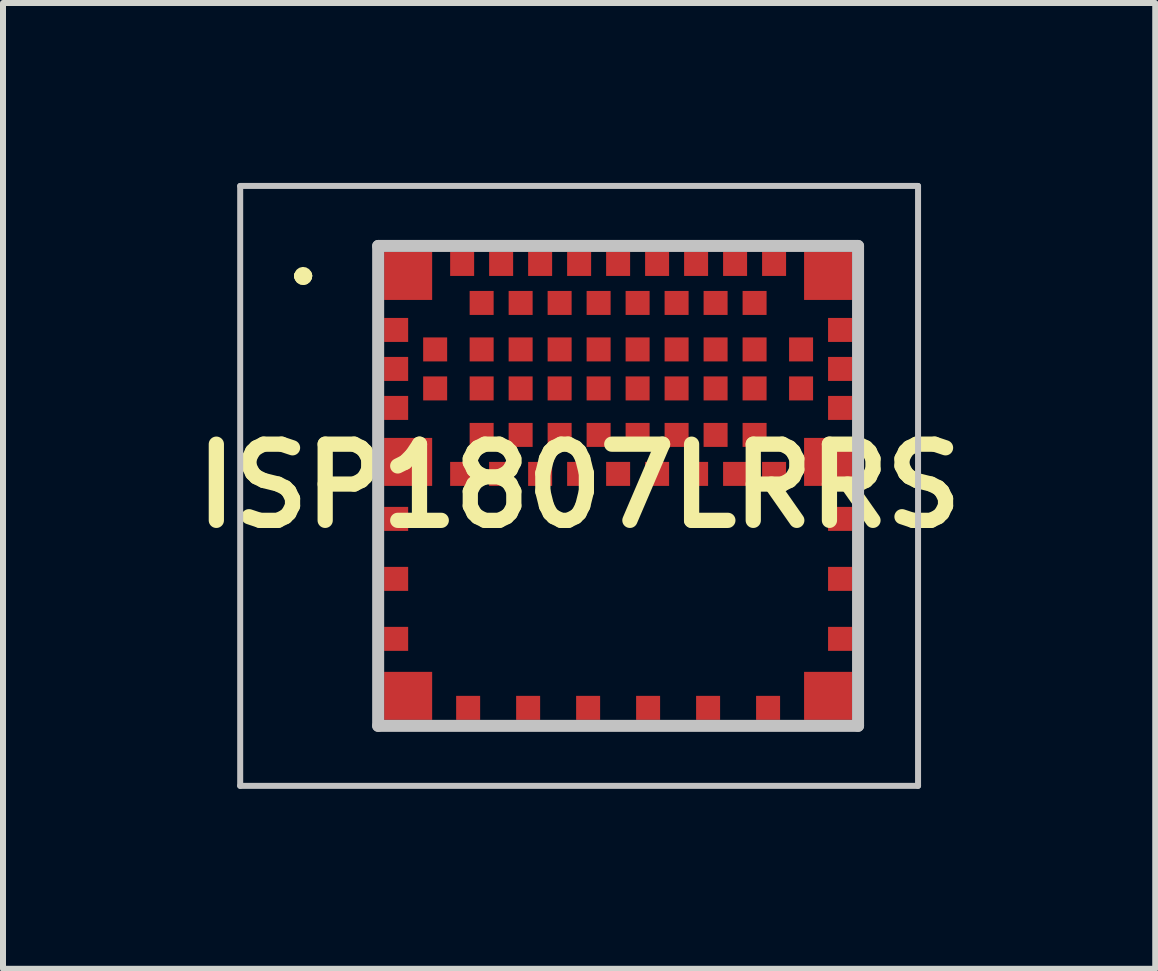
<source format=kicad_pcb>
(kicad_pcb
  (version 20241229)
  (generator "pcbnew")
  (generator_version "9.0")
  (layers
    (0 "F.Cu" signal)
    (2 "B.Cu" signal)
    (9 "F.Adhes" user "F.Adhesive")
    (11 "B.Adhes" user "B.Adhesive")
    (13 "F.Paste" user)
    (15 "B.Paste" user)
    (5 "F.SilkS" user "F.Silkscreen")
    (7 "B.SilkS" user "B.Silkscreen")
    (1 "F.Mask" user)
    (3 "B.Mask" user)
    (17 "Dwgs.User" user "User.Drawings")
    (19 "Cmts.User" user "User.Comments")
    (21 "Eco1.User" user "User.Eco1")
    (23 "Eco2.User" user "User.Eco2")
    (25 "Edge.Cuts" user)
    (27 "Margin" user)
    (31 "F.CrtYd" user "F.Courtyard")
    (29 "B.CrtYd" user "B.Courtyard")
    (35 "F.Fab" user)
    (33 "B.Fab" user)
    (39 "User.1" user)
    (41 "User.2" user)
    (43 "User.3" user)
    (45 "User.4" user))
  (footprint "ISP1807LRRS"
    (layer "F.Cu")
    (at 7.254 5.05)
    (property "Reference" "ISP1807LRRS" (at -0.65 0 0) (layer "F.SilkS") (effects (font (size 1.27 1.27) (thickness 0.254))))
    (attr smd)
    (fp_line (start -5.3 -3.5) (end -5.3 -3.5) (stroke (width 0.2) (type solid)) (layer "F.SilkS"))
    (fp_line (start -5.3 -3.5) (end -5.3 -3.5) (stroke (width 0.2) (type solid)) (layer "F.SilkS"))
    (fp_line (start -5.2 -3.5) (end -5.2 -3.5) (stroke (width 0.2) (type solid)) (layer "F.SilkS"))
    (fp_arc (start -5.3 -3.5) (mid -5.25 -3.55) (end -5.2 -3.5) (stroke (width 0.2) (type solid)) (layer "F.SilkS"))
    (fp_arc (start -5.2 -3.5) (mid -5.25 -3.45) (end -5.3 -3.5) (stroke (width 0.2) (type solid)) (layer "F.SilkS"))
    (fp_arc (start -5.2 -3.5) (mid -5.25 -3.45) (end -5.3 -3.5) (stroke (width 0.2) (type solid)) (layer "F.SilkS"))
    (fp_line (start -6.3 -5) (end 5 -5) (stroke (width 0.1) (type solid)) (layer "Dwgs.User"))
    (fp_line (start -6.3 5) (end -6.3 -5) (stroke (width 0.1) (type solid)) (layer "Dwgs.User"))
    (fp_line (start -4 -4) (end -4 4) (stroke (width 0.2) (type solid)) (layer "Dwgs.User"))
    (fp_line (start -4 4) (end 4 4) (stroke (width 0.2) (type solid)) (layer "Dwgs.User"))
    (fp_line (start 4 -4) (end -4 -4) (stroke (width 0.2) (type solid)) (layer "Dwgs.User"))
    (fp_line (start 4 4) (end 4 -4) (stroke (width 0.2) (type solid)) (layer "Dwgs.User"))
    (fp_line (start 5 -5) (end 5 5) (stroke (width 0.1) (type solid)) (layer "Dwgs.User"))
    (fp_line (start 5 5) (end -6.3 5) (stroke (width 0.1) (type solid)) (layer "Dwgs.User"))
    (pad "1" smd rect (at -3.5 -3.5 90) (size 0.8 0.8) (layers "F.Cu" "F.Mask" "F.Paste"))
    (pad "2" smd rect (at -3.7 -2.6 90) (size 0.4 0.4) (layers "F.Cu" "F.Mask" "F.Paste"))
    (pad "3" smd rect (at -3.05 -2.275 90) (size 0.4 0.4) (layers "F.Cu" "F.Mask" "F.Paste"))
    (pad "4" smd rect (at -3.7 -1.95 90) (size 0.4 0.4) (layers "F.Cu" "F.Mask" "F.Paste"))
    (pad "5" smd rect (at -3.05 -1.625 90) (size 0.4 0.4) (layers "F.Cu" "F.Mask" "F.Paste"))
    (pad "6" smd rect (at -3.7 -1.3 90) (size 0.4 0.4) (layers "F.Cu" "F.Mask" "F.Paste"))
    (pad "7" smd rect (at -3.5 -0.4 90) (size 0.8 0.8) (layers "F.Cu" "F.Mask" "F.Paste"))
    (pad "8" smd rect (at -2.6 -0.2 90) (size 0.4 0.4) (layers "F.Cu" "F.Mask" "F.Paste"))
    (pad "9" smd rect (at -2.275 -0.85 90) (size 0.4 0.4) (layers "F.Cu" "F.Mask" "F.Paste"))
    (pad "10" smd rect (at -1.95 -0.2 90) (size 0.4 0.4) (layers "F.Cu" "F.Mask" "F.Paste"))
    (pad "11" smd rect (at -1.625 -0.85 90) (size 0.4 0.4) (layers "F.Cu" "F.Mask" "F.Paste"))
    (pad "12" smd rect (at -1.3 -0.2 90) (size 0.4 0.4) (layers "F.Cu" "F.Mask" "F.Paste"))
    (pad "13" smd rect (at -0.975 -0.85 90) (size 0.4 0.4) (layers "F.Cu" "F.Mask" "F.Paste"))
    (pad "14" smd rect (at -0.65 -0.2 90) (size 0.4 0.4) (layers "F.Cu" "F.Mask" "F.Paste"))
    (pad "15" smd rect (at -0.325 -0.85 90) (size 0.4 0.4) (layers "F.Cu" "F.Mask" "F.Paste"))
    (pad "16" smd rect (at 0 -0.2 90) (size 0.4 0.4) (layers "F.Cu" "F.Mask" "F.Paste"))
    (pad "17" smd rect (at 0.325 -0.85 90) (size 0.4 0.4) (layers "F.Cu" "F.Mask" "F.Paste"))
    (pad "18" smd rect (at 0.65 -0.2 90) (size 0.4 0.4) (layers "F.Cu" "F.Mask" "F.Paste"))
    (pad "19" smd rect (at 0.975 -0.85 90) (size 0.4 0.4) (layers "F.Cu" "F.Mask" "F.Paste"))
    (pad "20" smd rect (at 1.3 -0.2 90) (size 0.4 0.4) (layers "F.Cu" "F.Mask" "F.Paste"))
    (pad "21" smd rect (at 1.625 -0.85 90) (size 0.4 0.4) (layers "F.Cu" "F.Mask" "F.Paste"))
    (pad "22" smd rect (at 1.95 -0.2 90) (size 0.4 0.4) (layers "F.Cu" "F.Mask" "F.Paste"))
    (pad "23" smd rect (at 2.275 -0.85 90) (size 0.4 0.4) (layers "F.Cu" "F.Mask" "F.Paste"))
    (pad "24" smd rect (at 2.6 -0.2 90) (size 0.4 0.4) (layers "F.Cu" "F.Mask" "F.Paste"))
    (pad "25" smd rect (at 3.5 -0.4 90) (size 0.8 0.8) (layers "F.Cu" "F.Mask" "F.Paste"))
    (pad "26" smd rect (at 3.7 -1.3 90) (size 0.4 0.4) (layers "F.Cu" "F.Mask" "F.Paste"))
    (pad "27" smd rect (at 3.05 -1.625 90) (size 0.4 0.4) (layers "F.Cu" "F.Mask" "F.Paste"))
    (pad "28" smd rect (at 3.7 -1.95 90) (size 0.4 0.4) (layers "F.Cu" "F.Mask" "F.Paste"))
    (pad "29" smd rect (at 3.05 -2.275 90) (size 0.4 0.4) (layers "F.Cu" "F.Mask" "F.Paste"))
    (pad "30" smd rect (at 3.7 -2.6 90) (size 0.4 0.4) (layers "F.Cu" "F.Mask" "F.Paste"))
    (pad "31" smd rect (at 3.5 -3.5 90) (size 0.8 0.8) (layers "F.Cu" "F.Mask" "F.Paste"))
    (pad "32" smd rect (at 2.6 -3.7 90) (size 0.4 0.4) (layers "F.Cu" "F.Mask" "F.Paste"))
    (pad "33" smd rect (at 2.275 -3.05 90) (size 0.4 0.4) (layers "F.Cu" "F.Mask" "F.Paste"))
    (pad "34" smd rect (at 1.95 -3.7 90) (size 0.4 0.4) (layers "F.Cu" "F.Mask" "F.Paste"))
    (pad "35" smd rect (at 1.625 -3.05 90) (size 0.4 0.4) (layers "F.Cu" "F.Mask" "F.Paste"))
    (pad "36" smd rect (at 1.3 -3.7 90) (size 0.4 0.4) (layers "F.Cu" "F.Mask" "F.Paste"))
    (pad "37" smd rect (at 0.975 -3.05 90) (size 0.4 0.4) (layers "F.Cu" "F.Mask" "F.Paste"))
    (pad "38" smd rect (at 0.65 -3.7 90) (size 0.4 0.4) (layers "F.Cu" "F.Mask" "F.Paste"))
    (pad "39" smd rect (at 0.325 -3.05 90) (size 0.4 0.4) (layers "F.Cu" "F.Mask" "F.Paste"))
    (pad "40" smd rect (at 0 -3.7 90) (size 0.4 0.4) (layers "F.Cu" "F.Mask" "F.Paste"))
    (pad "41" smd rect (at -0.325 -3.05 90) (size 0.4 0.4) (layers "F.Cu" "F.Mask" "F.Paste"))
    (pad "42" smd rect (at -0.65 -3.7 90) (size 0.4 0.4) (layers "F.Cu" "F.Mask" "F.Paste"))
    (pad "43" smd rect (at -0.975 -3.05 90) (size 0.4 0.4) (layers "F.Cu" "F.Mask" "F.Paste"))
    (pad "44" smd rect (at -1.3 -3.7 90) (size 0.4 0.4) (layers "F.Cu" "F.Mask" "F.Paste"))
    (pad "45" smd rect (at -1.625 -3.05 90) (size 0.4 0.4) (layers "F.Cu" "F.Mask" "F.Paste"))
    (pad "46" smd rect (at -1.95 -3.7 90) (size 0.4 0.4) (layers "F.Cu" "F.Mask" "F.Paste"))
    (pad "47" smd rect (at -2.275 -3.05 90) (size 0.4 0.4) (layers "F.Cu" "F.Mask" "F.Paste"))
    (pad "48" smd rect (at -2.6 -3.7 90) (size 0.4 0.4) (layers "F.Cu" "F.Mask" "F.Paste"))
    (pad "49" smd rect (at 2.275 -2.275 90) (size 0.4 0.4) (layers "F.Cu" "F.Mask" "F.Paste"))
    (pad "50" smd rect (at 1.625 -2.275 90) (size 0.4 0.4) (layers "F.Cu" "F.Mask" "F.Paste"))
    (pad "51" smd rect (at 0.975 -2.275 90) (size 0.4 0.4) (layers "F.Cu" "F.Mask" "F.Paste"))
    (pad "52" smd rect (at 0.325 -2.275 90) (size 0.4 0.4) (layers "F.Cu" "F.Mask" "F.Paste"))
    (pad "53" smd rect (at -0.325 -2.275 90) (size 0.4 0.4) (layers "F.Cu" "F.Mask" "F.Paste"))
    (pad "54" smd rect (at -0.975 -2.275 90) (size 0.4 0.4) (layers "F.Cu" "F.Mask" "F.Paste"))
    (pad "55" smd rect (at -1.625 -2.275 90) (size 0.4 0.4) (layers "F.Cu" "F.Mask" "F.Paste"))
    (pad "56" smd rect (at -2.275 -2.275 90) (size 0.4 0.4) (layers "F.Cu" "F.Mask" "F.Paste"))
    (pad "57" smd rect (at 2.275 -1.625 90) (size 0.4 0.4) (layers "F.Cu" "F.Mask" "F.Paste"))
    (pad "58" smd rect (at 1.625 -1.625 90) (size 0.4 0.4) (layers "F.Cu" "F.Mask" "F.Paste"))
    (pad "59" smd rect (at 0.975 -1.625 90) (size 0.4 0.4) (layers "F.Cu" "F.Mask" "F.Paste"))
    (pad "60" smd rect (at 0.325 -1.625 90) (size 0.4 0.4) (layers "F.Cu" "F.Mask" "F.Paste"))
    (pad "61" smd rect (at -0.325 -1.625 90) (size 0.4 0.4) (layers "F.Cu" "F.Mask" "F.Paste"))
    (pad "62" smd rect (at -0.975 -1.625 90) (size 0.4 0.4) (layers "F.Cu" "F.Mask" "F.Paste"))
    (pad "63" smd rect (at -1.625 -1.625 90) (size 0.4 0.4) (layers "F.Cu" "F.Mask" "F.Paste"))
    (pad "64" smd rect (at -2.275 -1.625 90) (size 0.4 0.4) (layers "F.Cu" "F.Mask" "F.Paste"))
    (pad "65" smd rect (at -3.7 0.55 90) (size 0.4 0.4) (layers "F.Cu" "F.Mask" "F.Paste"))
    (pad "66" smd rect (at -3.7 1.55 90) (size 0.4 0.4) (layers "F.Cu" "F.Mask" "F.Paste"))
    (pad "67" smd rect (at -3.7 2.55 90) (size 0.4 0.4) (layers "F.Cu" "F.Mask" "F.Paste"))
    (pad "68" smd rect (at -3.5 3.5 90) (size 0.8 0.8) (layers "F.Cu" "F.Mask" "F.Paste"))
    (pad "69" smd rect (at -2.5 3.7 90) (size 0.4 0.4) (layers "F.Cu" "F.Mask" "F.Paste"))
    (pad "70" smd rect (at -1.5 3.7 90) (size 0.4 0.4) (layers "F.Cu" "F.Mask" "F.Paste"))
    (pad "71" smd rect (at -0.5 3.7 90) (size 0.4 0.4) (layers "F.Cu" "F.Mask" "F.Paste"))
    (pad "72" smd rect (at 0.5 3.7 90) (size 0.4 0.4) (layers "F.Cu" "F.Mask" "F.Paste"))
    (pad "73" smd rect (at 1.5 3.7 90) (size 0.4 0.4) (layers "F.Cu" "F.Mask" "F.Paste"))
    (pad "74" smd rect (at 2.5 3.7 90) (size 0.4 0.4) (layers "F.Cu" "F.Mask" "F.Paste"))
    (pad "75" smd rect (at 3.5 3.5 90) (size 0.8 0.8) (layers "F.Cu" "F.Mask" "F.Paste"))
    (pad "76" smd rect (at 3.7 2.55 90) (size 0.4 0.4) (layers "F.Cu" "F.Mask" "F.Paste"))
    (pad "77" smd rect (at 3.7 1.55 90) (size 0.4 0.4) (layers "F.Cu" "F.Mask" "F.Paste"))
    (pad "78" smd rect (at 3.7 0.55 90) (size 0.4 0.4) (layers "F.Cu" "F.Mask" "F.Paste")))
  (gr_rect
    (start -3 -3)
    (end 16.208 13.1)
    (stroke (width 0.1) (type default))
    (fill no)
    (layer "Edge.Cuts")))
</source>
